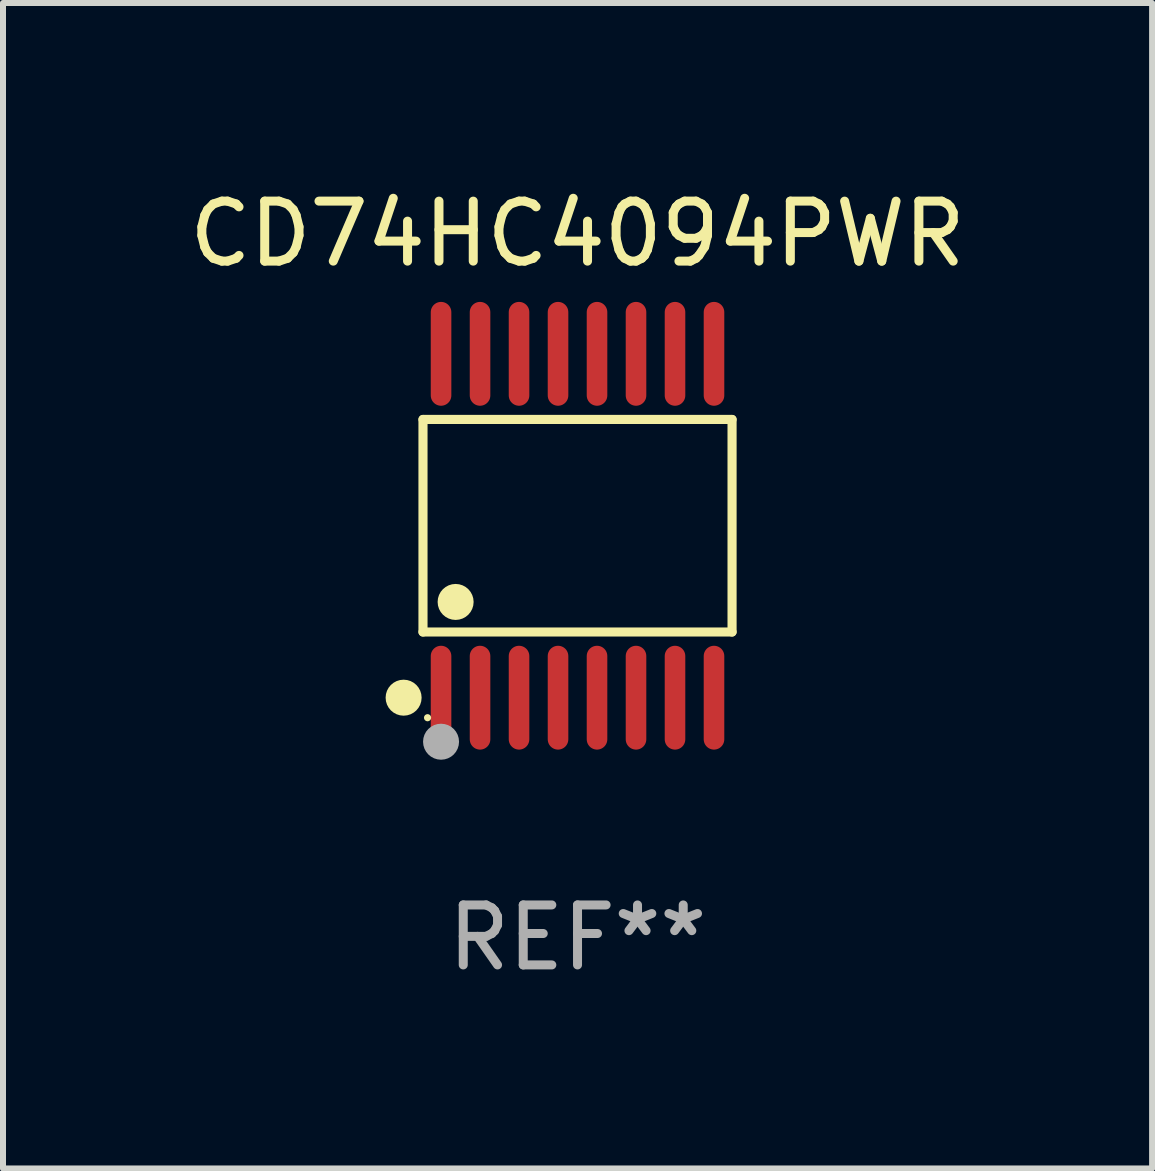
<source format=kicad_pcb>
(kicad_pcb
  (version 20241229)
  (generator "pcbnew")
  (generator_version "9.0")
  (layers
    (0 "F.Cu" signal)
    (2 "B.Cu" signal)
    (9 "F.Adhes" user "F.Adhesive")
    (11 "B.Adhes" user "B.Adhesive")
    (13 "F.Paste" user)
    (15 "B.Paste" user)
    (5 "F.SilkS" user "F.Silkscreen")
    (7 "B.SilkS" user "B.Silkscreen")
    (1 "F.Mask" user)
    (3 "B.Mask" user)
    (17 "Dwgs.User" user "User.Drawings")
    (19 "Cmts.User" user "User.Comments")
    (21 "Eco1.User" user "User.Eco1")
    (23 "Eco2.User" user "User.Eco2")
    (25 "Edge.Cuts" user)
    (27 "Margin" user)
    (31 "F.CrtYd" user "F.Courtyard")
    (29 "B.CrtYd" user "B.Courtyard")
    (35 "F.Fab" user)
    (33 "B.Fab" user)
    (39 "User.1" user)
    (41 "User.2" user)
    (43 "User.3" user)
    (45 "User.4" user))
  (footprint "CD74HC4094PWR"
    (layer "F.Cu")
    (at 6.577 5.714)
    (property "Reference" "CD74HC4094PWR" (at 0 -4.866 0) (layer "F.SilkS") (effects (font (size 1 1) (thickness 0.15))))
    (attr through_hole)
    (fp_line (start -2.576 -1.772) (end 2.576 -1.772) (stroke (width 0.152) (type solid)) (layer "F.SilkS"))
    (fp_line (start -2.576 1.771) (end -2.576 -1.772) (stroke (width 0.152) (type solid)) (layer "F.SilkS"))
    (fp_line (start 2.576 -1.772) (end 2.576 1.771) (stroke (width 0.152) (type solid)) (layer "F.SilkS"))
    (fp_line (start 2.576 1.771) (end -2.576 1.771) (stroke (width 0.152) (type solid)) (layer "F.SilkS"))
    (fp_circle (center -2.899 2.866) (end -2.749 2.866) (stroke (width 0.3) (type solid)) (fill no) (layer "F.SilkS"))
    (fp_circle (center -2.5 3.2) (end -2.47 3.2) (stroke (width 0.06) (type solid)) (fill no) (layer "F.SilkS"))
    (fp_circle (center -2.032 1.27) (end -1.882 1.27) (stroke (width 0.3) (type solid)) (fill no) (layer "F.SilkS"))
    (fp_circle (center -2.275 3.6) (end -2.125 3.6) (stroke (width 0.3) (type solid)) (fill no) (layer "F.Fab"))
    (fp_text user "REF**" (at 0 6.866 0) (layer "F.Fab") (effects (font (size 1 1) (thickness 0.15))))
    (pad "1" smd oval (at -2.275 2.866) (size 0.343 1.731) (layers "F.Cu" "F.Mask" "F.Paste"))
    (pad "2" smd oval (at -1.625 2.866) (size 0.343 1.731) (layers "F.Cu" "F.Mask" "F.Paste"))
    (pad "3" smd oval (at -0.975 2.866) (size 0.343 1.731) (layers "F.Cu" "F.Mask" "F.Paste"))
    (pad "4" smd oval (at -0.325 2.866) (size 0.343 1.731) (layers "F.Cu" "F.Mask" "F.Paste"))
    (pad "5" smd oval (at 0.325 2.866) (size 0.343 1.731) (layers "F.Cu" "F.Mask" "F.Paste"))
    (pad "6" smd oval (at 0.975 2.866) (size 0.343 1.731) (layers "F.Cu" "F.Mask" "F.Paste"))
    (pad "7" smd oval (at 1.625 2.866) (size 0.343 1.731) (layers "F.Cu" "F.Mask" "F.Paste"))
    (pad "8" smd oval (at 2.275 2.866) (size 0.343 1.731) (layers "F.Cu" "F.Mask" "F.Paste"))
    (pad "9" smd oval (at 2.275 -2.866) (size 0.343 1.731) (layers "F.Cu" "F.Mask" "F.Paste"))
    (pad "10" smd oval (at 1.625 -2.866) (size 0.343 1.731) (layers "F.Cu" "F.Mask" "F.Paste"))
    (pad "11" smd oval (at 0.975 -2.866) (size 0.343 1.731) (layers "F.Cu" "F.Mask" "F.Paste"))
    (pad "12" smd oval (at 0.325 -2.866) (size 0.343 1.731) (layers "F.Cu" "F.Mask" "F.Paste"))
    (pad "13" smd oval (at -0.325 -2.866) (size 0.343 1.731) (layers "F.Cu" "F.Mask" "F.Paste"))
    (pad "14" smd oval (at -0.975 -2.866) (size 0.343 1.731) (layers "F.Cu" "F.Mask" "F.Paste"))
    (pad "15" smd oval (at -1.625 -2.866) (size 0.343 1.731) (layers "F.Cu" "F.Mask" "F.Paste"))
    (pad "16" smd oval (at -2.275 -2.866) (size 0.343 1.731) (layers "F.Cu" "F.Mask" "F.Paste")))
  (gr_rect
    (start -3 -3)
    (end 16.155 16.428)
    (stroke (width 0.1) (type default))
    (fill no)
    (layer "Edge.Cuts")))
</source>
